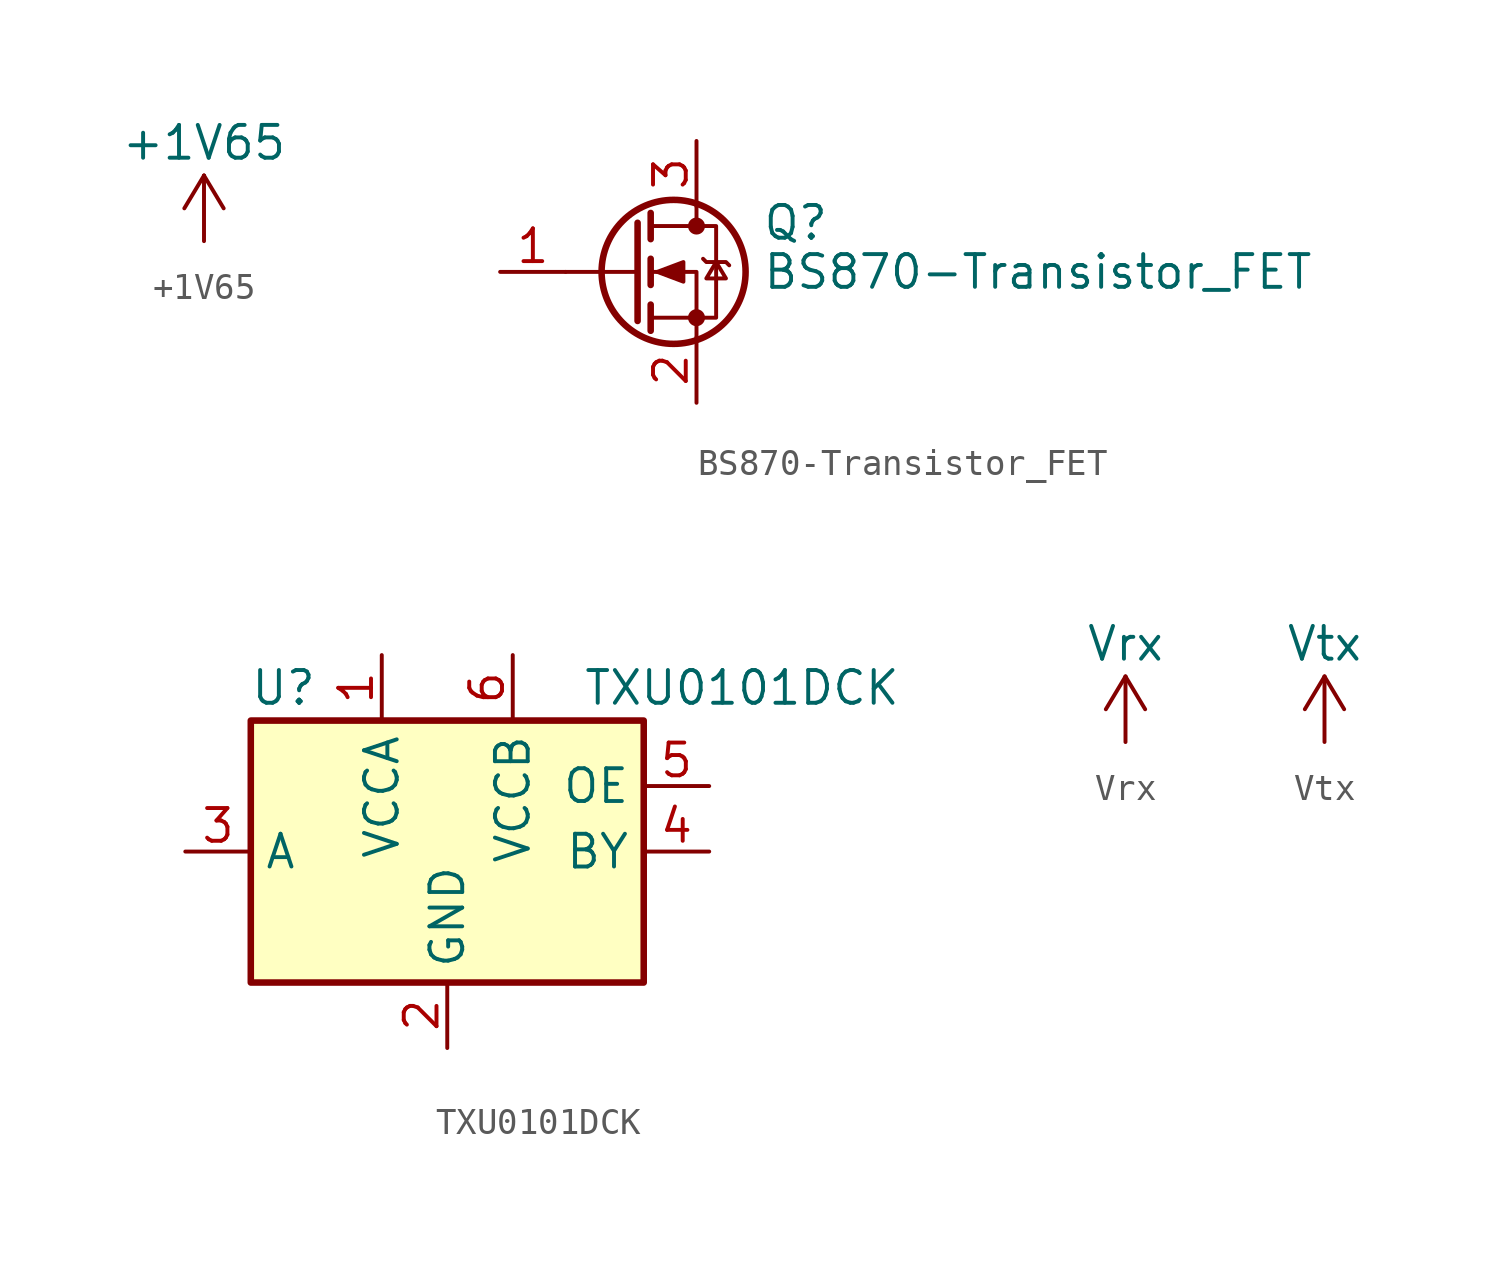
<source format=kicad_sym>
(kicad_symbol_lib
  (version 20211014)
  (generator kicad_symbol_editor)
  (symbol "+1V65"
    (power)
    (pin_names
      (offset 0))
    (property "Reference" "#PWR"
      (at -5.08 -3.81 0)
      (effects (font (size 1.27 1.27)) hide))
    (property "Value" "+1V65"
      (at 0 3.81 0)
      (effects (font (size 1.27 1.27))))
    (symbol "+1V65_0_1"
      (polyline (pts (xy -0.762 1.27) (xy 0 2.54)) (stroke (width 0) (type default) (color 0 0 0 0)) (fill (type none)))
      (polyline (pts (xy 0 0) (xy 0 2.54)) (stroke (width 0) (type default) (color 0 0 0 0)) (fill (type none)))
      (polyline (pts (xy 0 2.54) (xy 0.762 1.27)) (stroke (width 0) (type default) (color 0 0 0 0)) (fill (type none))))
    (symbol "+1V65_1_1"
      (pin power_in line (at 0 0 90) (length 0) hide (name "+1V65" (effects (font (size 1.27 1.27)))) (number "1" (effects (font (size 1.27 1.27)))))))
  (symbol "BS870-Transistor_FET"
    (pin_names hide)
    (property "Reference" "Q"
      (at 5.08 1.905 0)
      (effects (font (size 1.27 1.27)) (justify left)))
    (property "Value" "BS870-Transistor_FET"
      (at 5.08 0 0)
      (effects (font (size 1.27 1.27)) (justify left)))
    (symbol "BS870-Transistor_FET_0_1"
      (polyline (pts (xy 0.254 0) (xy -2.54 0)) (stroke (width 0) (type default) (color 0 0 0 0)) (fill (type none)))
      (polyline (pts (xy 0.254 1.905) (xy 0.254 -1.905)) (stroke (width 0.254) (type default) (color 0 0 0 0)) (fill (type none)))
      (polyline (pts (xy 0.762 -1.27) (xy 0.762 -2.286)) (stroke (width 0.254) (type default) (color 0 0 0 0)) (fill (type none)))
      (polyline (pts (xy 0.762 0.508) (xy 0.762 -0.508)) (stroke (width 0.254) (type default) (color 0 0 0 0)) (fill (type none)))
      (polyline (pts (xy 0.762 2.286) (xy 0.762 1.27)) (stroke (width 0.254) (type default) (color 0 0 0 0)) (fill (type none)))
      (polyline (pts (xy 2.54 2.54) (xy 2.54 1.778)) (stroke (width 0) (type default) (color 0 0 0 0)) (fill (type none)))
      (polyline (pts (xy 2.54 -2.54) (xy 2.54 0) (xy 0.762 0)) (stroke (width 0) (type default) (color 0 0 0 0)) (fill (type none)))
      (polyline (pts (xy 0.762 -1.778) (xy 3.302 -1.778) (xy 3.302 1.778) (xy 0.762 1.778)) (stroke (width 0) (type default) (color 0 0 0 0)) (fill (type none)))
      (polyline (pts (xy 1.016 0) (xy 2.032 0.381) (xy 2.032 -0.381) (xy 1.016 0)) (stroke (width 0) (type default) (color 0 0 0 0)) (fill (type outline)))
      (polyline (pts (xy 2.794 0.508) (xy 2.921 0.381) (xy 3.683 0.381) (xy 3.81 0.254)) (stroke (width 0) (type default) (color 0 0 0 0)) (fill (type none)))
      (polyline (pts (xy 3.302 0.381) (xy 2.921 -0.254) (xy 3.683 -0.254) (xy 3.302 0.381)) (stroke (width 0) (type default) (color 0 0 0 0)) (fill (type none)))
      (circle (center 1.651 0) (radius 2.794) (stroke (width 0.254) (type default) (color 0 0 0 0)) (fill (type none)))
      (circle (center 2.54 -1.778) (radius 0.254) (stroke (width 0) (type default) (color 0 0 0 0)) (fill (type outline)))
      (circle (center 2.54 1.778) (radius 0.254) (stroke (width 0) (type default) (color 0 0 0 0)) (fill (type outline))))
    (symbol "BS870-Transistor_FET_1_1"
      (pin input line (at -5.08 0 0) (length 2.54) (name "G" (effects (font (size 1.27 1.27)))) (number "1" (effects (font (size 1.27 1.27)))))
      (pin passive line (at 2.54 -5.08 90) (length 2.54) (name "S" (effects (font (size 1.27 1.27)))) (number "2" (effects (font (size 1.27 1.27)))))
      (pin passive line (at 2.54 5.08 270) (length 2.54) (name "D" (effects (font (size 1.27 1.27)))) (number "3" (effects (font (size 1.27 1.27)))))))
  (symbol "TXU0101DCK"
    (property "Reference" "U"
      (at -6.35 6.35 0)
      (effects (font (size 1.27 1.27))))
    (property "Value" "TXU0101DCK"
      (at 11.43 6.35 0)
      (effects (font (size 1.27 1.27))))
    (symbol "TXU0101DCK_0_1"
      (rectangle (start -7.62 -5.08) (end 7.62 5.08) (stroke (width 0.254) (type default) (color 0 0 0 0)) (fill (type background)))
      (pin power_in line (at -2.54 7.62 270) (length 2.54) (name "VCCA" (effects (font (size 1.27 1.27)))) (number "1" (effects (font (size 1.27 1.27)))))
      (pin input line (at -10.16 0 0) (length 2.54) (name "A" (effects (font (size 1.27 1.27)))) (number "3" (effects (font (size 1.27 1.27)))))
      (pin power_in line (at 0 -7.62 90) (length 2.54) (name "GND" (effects (font (size 1.27 1.27)))) (number "2" (effects (font (size 1.27 1.27)))))
      (pin output line (at 10.16 0 180) (length 2.54) (name "BY" (effects (font (size 1.27 1.27)))) (number "4" (effects (font (size 1.27 1.27)))))
      (pin input line (at 10.16 2.54 180) (length 2.54) (name "OE" (effects (font (size 1.27 1.27)))) (number "5" (effects (font (size 1.27 1.27)))))
      (pin power_in line (at 2.54 7.62 270) (length 2.54) (name "VCCB" (effects (font (size 1.27 1.27)))) (number "6" (effects (font (size 1.27 1.27)))))))
  (symbol "Vrx"
    (power)
    (pin_names
      (offset 0))
    (property "Reference" "#PWR"
      (at -5.08 -3.81 0)
      (effects (font (size 1.27 1.27)) hide))
    (property "Value" "Vrx"
      (at 0 3.81 0)
      (effects (font (size 1.27 1.27))))
    (symbol "Vrx_0_1"
      (polyline (pts (xy -0.762 1.27) (xy 0 2.54)) (stroke (width 0) (type default) (color 0 0 0 0)) (fill (type none)))
      (polyline (pts (xy 0 0) (xy 0 2.54)) (stroke (width 0) (type default) (color 0 0 0 0)) (fill (type none)))
      (polyline (pts (xy 0 2.54) (xy 0.762 1.27)) (stroke (width 0) (type default) (color 0 0 0 0)) (fill (type none))))
    (symbol "Vrx_1_1"
      (pin power_in line (at 0 0 90) (length 0) hide (name "Vrx" (effects (font (size 1.27 1.27)))) (number "1" (effects (font (size 1.27 1.27)))))))
  (symbol "Vtx"
    (power)
    (pin_names
      (offset 0))
    (property "Reference" "#PWR"
      (at -5.08 -3.81 0)
      (effects (font (size 1.27 1.27)) hide))
    (property "Value" "Vtx"
      (at 0 3.81 0)
      (effects (font (size 1.27 1.27))))
    (symbol "Vtx_0_1"
      (polyline (pts (xy -0.762 1.27) (xy 0 2.54)) (stroke (width 0) (type default) (color 0 0 0 0)) (fill (type none)))
      (polyline (pts (xy 0 0) (xy 0 2.54)) (stroke (width 0) (type default) (color 0 0 0 0)) (fill (type none)))
      (polyline (pts (xy 0 2.54) (xy 0.762 1.27)) (stroke (width 0) (type default) (color 0 0 0 0)) (fill (type none))))
    (symbol "Vtx_1_1"
      (pin power_in line (at 0 0 90) (length 0) hide (name "Vtx" (effects (font (size 1.27 1.27)))) (number "1" (effects (font (size 1.27 1.27))))))))
</source>
